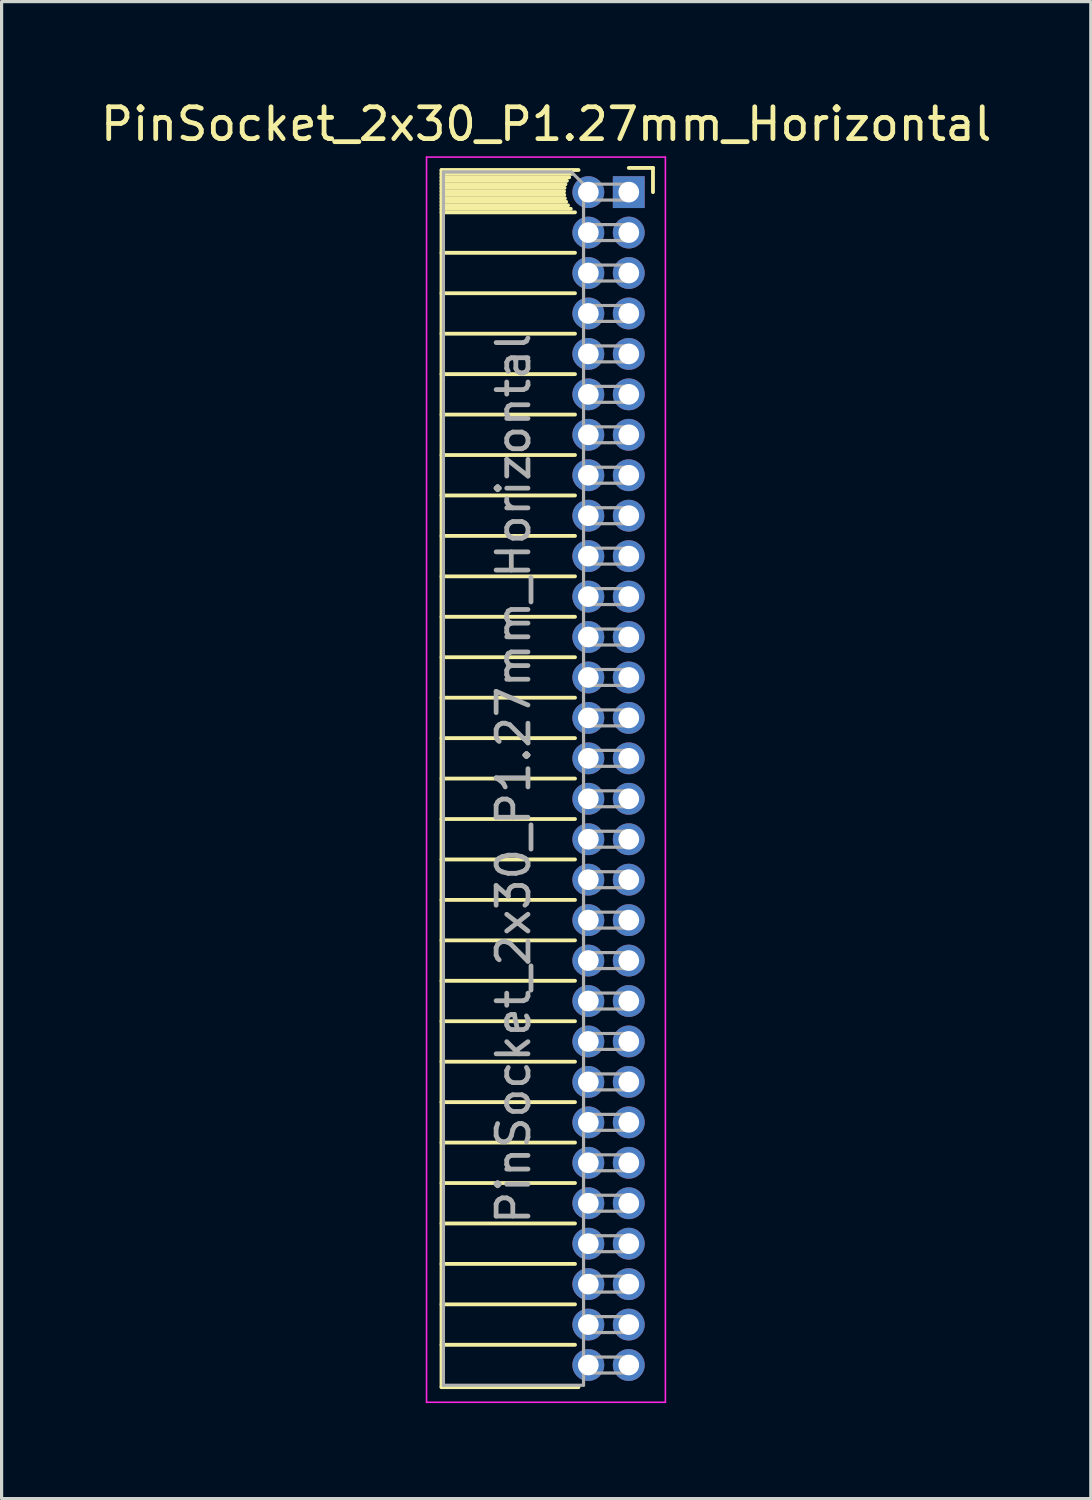
<source format=kicad_pcb>
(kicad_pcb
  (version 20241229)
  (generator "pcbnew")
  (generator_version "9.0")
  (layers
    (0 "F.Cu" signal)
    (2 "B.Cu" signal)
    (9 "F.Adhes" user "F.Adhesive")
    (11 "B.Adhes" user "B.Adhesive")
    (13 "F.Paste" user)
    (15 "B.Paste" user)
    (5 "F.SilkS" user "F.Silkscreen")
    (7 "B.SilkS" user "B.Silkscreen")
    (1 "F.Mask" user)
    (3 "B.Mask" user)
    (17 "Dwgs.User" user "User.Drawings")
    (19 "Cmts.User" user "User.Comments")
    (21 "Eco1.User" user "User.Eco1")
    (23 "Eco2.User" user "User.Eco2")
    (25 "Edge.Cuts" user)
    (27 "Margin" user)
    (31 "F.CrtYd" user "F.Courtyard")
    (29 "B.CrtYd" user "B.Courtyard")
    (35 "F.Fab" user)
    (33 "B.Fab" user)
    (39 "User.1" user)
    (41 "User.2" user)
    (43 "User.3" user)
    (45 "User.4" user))
  (footprint "PinSocket_2x30_P1.27mm_Horizontal"
    (layer "F.Cu")
    (at 16.694 2.983)
    (property "Reference" "PinSocket_2x30_P1.27mm_Horizontal" (at -2.592 -2.135 0) (layer "F.SilkS") (effects (font (size 1 1) (thickness 0.15))))
    (attr through_hole)
    (fp_line (start -5.88 -0.695) (end -5.88 37.525) (stroke (width 0.12) (type solid)) (layer "F.SilkS"))
    (fp_line (start -5.88 -0.695) (end -1.578 -0.695) (stroke (width 0.12) (type solid)) (layer "F.SilkS"))
    (fp_line (start -5.88 -0.575) (end -1.767 -0.575) (stroke (width 0.12) (type solid)) (layer "F.SilkS"))
    (fp_line (start -5.88 -0.465) (end -1.871 -0.465) (stroke (width 0.12) (type solid)) (layer "F.SilkS"))
    (fp_line (start -5.88 -0.355) (end -1.942 -0.355) (stroke (width 0.12) (type solid)) (layer "F.SilkS"))
    (fp_line (start -5.88 -0.245) (end -1.989 -0.245) (stroke (width 0.12) (type solid)) (layer "F.SilkS"))
    (fp_line (start -5.88 -0.135) (end -2.018 -0.135) (stroke (width 0.12) (type solid)) (layer "F.SilkS"))
    (fp_line (start -5.88 -0.025) (end -2.03 -0.025) (stroke (width 0.12) (type solid)) (layer "F.SilkS"))
    (fp_line (start -5.88 0.085) (end -2.025 0.085) (stroke (width 0.12) (type solid)) (layer "F.SilkS"))
    (fp_line (start -5.88 0.195) (end -2.005 0.195) (stroke (width 0.12) (type solid)) (layer "F.SilkS"))
    (fp_line (start -5.88 0.305) (end -1.966 0.305) (stroke (width 0.12) (type solid)) (layer "F.SilkS"))
    (fp_line (start -5.88 0.415) (end -1.907 0.415) (stroke (width 0.12) (type solid)) (layer "F.SilkS"))
    (fp_line (start -5.88 0.525) (end -1.82 0.525) (stroke (width 0.12) (type solid)) (layer "F.SilkS"))
    (fp_line (start -5.88 0.635) (end -1.688 0.635) (stroke (width 0.12) (type solid)) (layer "F.SilkS"))
    (fp_line (start -5.88 1.905) (end -1.688 1.905) (stroke (width 0.12) (type solid)) (layer "F.SilkS"))
    (fp_line (start -5.88 3.175) (end -1.688 3.175) (stroke (width 0.12) (type solid)) (layer "F.SilkS"))
    (fp_line (start -5.88 4.445) (end -1.688 4.445) (stroke (width 0.12) (type solid)) (layer "F.SilkS"))
    (fp_line (start -5.88 5.715) (end -1.688 5.715) (stroke (width 0.12) (type solid)) (layer "F.SilkS"))
    (fp_line (start -5.88 6.985) (end -1.688 6.985) (stroke (width 0.12) (type solid)) (layer "F.SilkS"))
    (fp_line (start -5.88 8.255) (end -1.688 8.255) (stroke (width 0.12) (type solid)) (layer "F.SilkS"))
    (fp_line (start -5.88 9.525) (end -1.688 9.525) (stroke (width 0.12) (type solid)) (layer "F.SilkS"))
    (fp_line (start -5.88 10.795) (end -1.688 10.795) (stroke (width 0.12) (type solid)) (layer "F.SilkS"))
    (fp_line (start -5.88 12.065) (end -1.688 12.065) (stroke (width 0.12) (type solid)) (layer "F.SilkS"))
    (fp_line (start -5.88 13.335) (end -1.688 13.335) (stroke (width 0.12) (type solid)) (layer "F.SilkS"))
    (fp_line (start -5.88 14.605) (end -1.688 14.605) (stroke (width 0.12) (type solid)) (layer "F.SilkS"))
    (fp_line (start -5.88 15.875) (end -1.688 15.875) (stroke (width 0.12) (type solid)) (layer "F.SilkS"))
    (fp_line (start -5.88 17.145) (end -1.688 17.145) (stroke (width 0.12) (type solid)) (layer "F.SilkS"))
    (fp_line (start -5.88 18.415) (end -1.688 18.415) (stroke (width 0.12) (type solid)) (layer "F.SilkS"))
    (fp_line (start -5.88 19.685) (end -1.688 19.685) (stroke (width 0.12) (type solid)) (layer "F.SilkS"))
    (fp_line (start -5.88 20.955) (end -1.688 20.955) (stroke (width 0.12) (type solid)) (layer "F.SilkS"))
    (fp_line (start -5.88 22.225) (end -1.688 22.225) (stroke (width 0.12) (type solid)) (layer "F.SilkS"))
    (fp_line (start -5.88 23.495) (end -1.688 23.495) (stroke (width 0.12) (type solid)) (layer "F.SilkS"))
    (fp_line (start -5.88 24.765) (end -1.688 24.765) (stroke (width 0.12) (type solid)) (layer "F.SilkS"))
    (fp_line (start -5.88 26.035) (end -1.688 26.035) (stroke (width 0.12) (type solid)) (layer "F.SilkS"))
    (fp_line (start -5.88 27.305) (end -1.688 27.305) (stroke (width 0.12) (type solid)) (layer "F.SilkS"))
    (fp_line (start -5.88 28.575) (end -1.688 28.575) (stroke (width 0.12) (type solid)) (layer "F.SilkS"))
    (fp_line (start -5.88 29.845) (end -1.688 29.845) (stroke (width 0.12) (type solid)) (layer "F.SilkS"))
    (fp_line (start -5.88 31.115) (end -1.688 31.115) (stroke (width 0.12) (type solid)) (layer "F.SilkS"))
    (fp_line (start -5.88 32.385) (end -1.688 32.385) (stroke (width 0.12) (type solid)) (layer "F.SilkS"))
    (fp_line (start -5.88 33.655) (end -1.688 33.655) (stroke (width 0.12) (type solid)) (layer "F.SilkS"))
    (fp_line (start -5.88 34.925) (end -1.688 34.925) (stroke (width 0.12) (type solid)) (layer "F.SilkS"))
    (fp_line (start -5.88 36.195) (end -1.688 36.195) (stroke (width 0.12) (type solid)) (layer "F.SilkS"))
    (fp_line (start -5.88 37.525) (end -1.578 37.525) (stroke (width 0.12) (type solid)) (layer "F.SilkS"))
    (fp_line (start 0 -0.76) (end 0.76 -0.76) (stroke (width 0.12) (type solid)) (layer "F.SilkS"))
    (fp_line (start 0.76 -0.76) (end 0.76 0) (stroke (width 0.12) (type solid)) (layer "F.SilkS"))
    (fp_line (start -6.35 -1.1) (end -6.35 38) (stroke (width 0.05) (type solid)) (layer "F.CrtYd"))
    (fp_line (start -6.35 38) (end 1.15 38) (stroke (width 0.05) (type solid)) (layer "F.CrtYd"))
    (fp_line (start 1.15 -1.1) (end -6.35 -1.1) (stroke (width 0.05) (type solid)) (layer "F.CrtYd"))
    (fp_line (start 1.15 38) (end 1.15 -1.1) (stroke (width 0.05) (type solid)) (layer "F.CrtYd"))
    (fp_line (start -5.82 -0.635) (end -1.805 -0.635) (stroke (width 0.1) (type solid)) (layer "F.Fab"))
    (fp_line (start -5.82 37.465) (end -5.82 -0.635) (stroke (width 0.1) (type solid)) (layer "F.Fab"))
    (fp_line (start -1.805 -0.635) (end -1.42 -0.25) (stroke (width 0.1) (type solid)) (layer "F.Fab"))
    (fp_line (start -1.42 -0.25) (end -1.42 37.465) (stroke (width 0.1) (type solid)) (layer "F.Fab"))
    (fp_line (start -1.42 0.25) (end 0 0.25) (stroke (width 0.1) (type solid)) (layer "F.Fab"))
    (fp_line (start -1.42 1.52) (end 0 1.52) (stroke (width 0.1) (type solid)) (layer "F.Fab"))
    (fp_line (start -1.42 2.79) (end 0 2.79) (stroke (width 0.1) (type solid)) (layer "F.Fab"))
    (fp_line (start -1.42 4.06) (end 0 4.06) (stroke (width 0.1) (type solid)) (layer "F.Fab"))
    (fp_line (start -1.42 5.33) (end 0 5.33) (stroke (width 0.1) (type solid)) (layer "F.Fab"))
    (fp_line (start -1.42 6.6) (end 0 6.6) (stroke (width 0.1) (type solid)) (layer "F.Fab"))
    (fp_line (start -1.42 7.87) (end 0 7.87) (stroke (width 0.1) (type solid)) (layer "F.Fab"))
    (fp_line (start -1.42 9.14) (end 0 9.14) (stroke (width 0.1) (type solid)) (layer "F.Fab"))
    (fp_line (start -1.42 10.41) (end 0 10.41) (stroke (width 0.1) (type solid)) (layer "F.Fab"))
    (fp_line (start -1.42 11.68) (end 0 11.68) (stroke (width 0.1) (type solid)) (layer "F.Fab"))
    (fp_line (start -1.42 12.95) (end 0 12.95) (stroke (width 0.1) (type solid)) (layer "F.Fab"))
    (fp_line (start -1.42 14.22) (end 0 14.22) (stroke (width 0.1) (type solid)) (layer "F.Fab"))
    (fp_line (start -1.42 15.49) (end 0 15.49) (stroke (width 0.1) (type solid)) (layer "F.Fab"))
    (fp_line (start -1.42 16.76) (end 0 16.76) (stroke (width 0.1) (type solid)) (layer "F.Fab"))
    (fp_line (start -1.42 18.03) (end 0 18.03) (stroke (width 0.1) (type solid)) (layer "F.Fab"))
    (fp_line (start -1.42 19.3) (end 0 19.3) (stroke (width 0.1) (type solid)) (layer "F.Fab"))
    (fp_line (start -1.42 20.57) (end 0 20.57) (stroke (width 0.1) (type solid)) (layer "F.Fab"))
    (fp_line (start -1.42 21.84) (end 0 21.84) (stroke (width 0.1) (type solid)) (layer "F.Fab"))
    (fp_line (start -1.42 23.11) (end 0 23.11) (stroke (width 0.1) (type solid)) (layer "F.Fab"))
    (fp_line (start -1.42 24.38) (end 0 24.38) (stroke (width 0.1) (type solid)) (layer "F.Fab"))
    (fp_line (start -1.42 25.65) (end 0 25.65) (stroke (width 0.1) (type solid)) (layer "F.Fab"))
    (fp_line (start -1.42 26.92) (end 0 26.92) (stroke (width 0.1) (type solid)) (layer "F.Fab"))
    (fp_line (start -1.42 28.19) (end 0 28.19) (stroke (width 0.1) (type solid)) (layer "F.Fab"))
    (fp_line (start -1.42 29.46) (end 0 29.46) (stroke (width 0.1) (type solid)) (layer "F.Fab"))
    (fp_line (start -1.42 30.73) (end 0 30.73) (stroke (width 0.1) (type solid)) (layer "F.Fab"))
    (fp_line (start -1.42 32) (end 0 32) (stroke (width 0.1) (type solid)) (layer "F.Fab"))
    (fp_line (start -1.42 33.27) (end 0 33.27) (stroke (width 0.1) (type solid)) (layer "F.Fab"))
    (fp_line (start -1.42 34.54) (end 0 34.54) (stroke (width 0.1) (type solid)) (layer "F.Fab"))
    (fp_line (start -1.42 35.81) (end 0 35.81) (stroke (width 0.1) (type solid)) (layer "F.Fab"))
    (fp_line (start -1.42 37.08) (end 0 37.08) (stroke (width 0.1) (type solid)) (layer "F.Fab"))
    (fp_line (start -1.42 37.465) (end -5.82 37.465) (stroke (width 0.1) (type solid)) (layer "F.Fab"))
    (fp_line (start 0 -0.25) (end -1.42 -0.25) (stroke (width 0.1) (type solid)) (layer "F.Fab"))
    (fp_line (start 0 0.25) (end 0 -0.25) (stroke (width 0.1) (type solid)) (layer "F.Fab"))
    (fp_line (start 0 1.02) (end -1.42 1.02) (stroke (width 0.1) (type solid)) (layer "F.Fab"))
    (fp_line (start 0 1.52) (end 0 1.02) (stroke (width 0.1) (type solid)) (layer "F.Fab"))
    (fp_line (start 0 2.29) (end -1.42 2.29) (stroke (width 0.1) (type solid)) (layer "F.Fab"))
    (fp_line (start 0 2.79) (end 0 2.29) (stroke (width 0.1) (type solid)) (layer "F.Fab"))
    (fp_line (start 0 3.56) (end -1.42 3.56) (stroke (width 0.1) (type solid)) (layer "F.Fab"))
    (fp_line (start 0 4.06) (end 0 3.56) (stroke (width 0.1) (type solid)) (layer "F.Fab"))
    (fp_line (start 0 4.83) (end -1.42 4.83) (stroke (width 0.1) (type solid)) (layer "F.Fab"))
    (fp_line (start 0 5.33) (end 0 4.83) (stroke (width 0.1) (type solid)) (layer "F.Fab"))
    (fp_line (start 0 6.1) (end -1.42 6.1) (stroke (width 0.1) (type solid)) (layer "F.Fab"))
    (fp_line (start 0 6.6) (end 0 6.1) (stroke (width 0.1) (type solid)) (layer "F.Fab"))
    (fp_line (start 0 7.37) (end -1.42 7.37) (stroke (width 0.1) (type solid)) (layer "F.Fab"))
    (fp_line (start 0 7.87) (end 0 7.37) (stroke (width 0.1) (type solid)) (layer "F.Fab"))
    (fp_line (start 0 8.64) (end -1.42 8.64) (stroke (width 0.1) (type solid)) (layer "F.Fab"))
    (fp_line (start 0 9.14) (end 0 8.64) (stroke (width 0.1) (type solid)) (layer "F.Fab"))
    (fp_line (start 0 9.91) (end -1.42 9.91) (stroke (width 0.1) (type solid)) (layer "F.Fab"))
    (fp_line (start 0 10.41) (end 0 9.91) (stroke (width 0.1) (type solid)) (layer "F.Fab"))
    (fp_line (start 0 11.18) (end -1.42 11.18) (stroke (width 0.1) (type solid)) (layer "F.Fab"))
    (fp_line (start 0 11.68) (end 0 11.18) (stroke (width 0.1) (type solid)) (layer "F.Fab"))
    (fp_line (start 0 12.45) (end -1.42 12.45) (stroke (width 0.1) (type solid)) (layer "F.Fab"))
    (fp_line (start 0 12.95) (end 0 12.45) (stroke (width 0.1) (type solid)) (layer "F.Fab"))
    (fp_line (start 0 13.72) (end -1.42 13.72) (stroke (width 0.1) (type solid)) (layer "F.Fab"))
    (fp_line (start 0 14.22) (end 0 13.72) (stroke (width 0.1) (type solid)) (layer "F.Fab"))
    (fp_line (start 0 14.99) (end -1.42 14.99) (stroke (width 0.1) (type solid)) (layer "F.Fab"))
    (fp_line (start 0 15.49) (end 0 14.99) (stroke (width 0.1) (type solid)) (layer "F.Fab"))
    (fp_line (start 0 16.26) (end -1.42 16.26) (stroke (width 0.1) (type solid)) (layer "F.Fab"))
    (fp_line (start 0 16.76) (end 0 16.26) (stroke (width 0.1) (type solid)) (layer "F.Fab"))
    (fp_line (start 0 17.53) (end -1.42 17.53) (stroke (width 0.1) (type solid)) (layer "F.Fab"))
    (fp_line (start 0 18.03) (end 0 17.53) (stroke (width 0.1) (type solid)) (layer "F.Fab"))
    (fp_line (start 0 18.8) (end -1.42 18.8) (stroke (width 0.1) (type solid)) (layer "F.Fab"))
    (fp_line (start 0 19.3) (end 0 18.8) (stroke (width 0.1) (type solid)) (layer "F.Fab"))
    (fp_line (start 0 20.07) (end -1.42 20.07) (stroke (width 0.1) (type solid)) (layer "F.Fab"))
    (fp_line (start 0 20.57) (end 0 20.07) (stroke (width 0.1) (type solid)) (layer "F.Fab"))
    (fp_line (start 0 21.34) (end -1.42 21.34) (stroke (width 0.1) (type solid)) (layer "F.Fab"))
    (fp_line (start 0 21.84) (end 0 21.34) (stroke (width 0.1) (type solid)) (layer "F.Fab"))
    (fp_line (start 0 22.61) (end -1.42 22.61) (stroke (width 0.1) (type solid)) (layer "F.Fab"))
    (fp_line (start 0 23.11) (end 0 22.61) (stroke (width 0.1) (type solid)) (layer "F.Fab"))
    (fp_line (start 0 23.88) (end -1.42 23.88) (stroke (width 0.1) (type solid)) (layer "F.Fab"))
    (fp_line (start 0 24.38) (end 0 23.88) (stroke (width 0.1) (type solid)) (layer "F.Fab"))
    (fp_line (start 0 25.15) (end -1.42 25.15) (stroke (width 0.1) (type solid)) (layer "F.Fab"))
    (fp_line (start 0 25.65) (end 0 25.15) (stroke (width 0.1) (type solid)) (layer "F.Fab"))
    (fp_line (start 0 26.42) (end -1.42 26.42) (stroke (width 0.1) (type solid)) (layer "F.Fab"))
    (fp_line (start 0 26.92) (end 0 26.42) (stroke (width 0.1) (type solid)) (layer "F.Fab"))
    (fp_line (start 0 27.69) (end -1.42 27.69) (stroke (width 0.1) (type solid)) (layer "F.Fab"))
    (fp_line (start 0 28.19) (end 0 27.69) (stroke (width 0.1) (type solid)) (layer "F.Fab"))
    (fp_line (start 0 28.96) (end -1.42 28.96) (stroke (width 0.1) (type solid)) (layer "F.Fab"))
    (fp_line (start 0 29.46) (end 0 28.96) (stroke (width 0.1) (type solid)) (layer "F.Fab"))
    (fp_line (start 0 30.23) (end -1.42 30.23) (stroke (width 0.1) (type solid)) (layer "F.Fab"))
    (fp_line (start 0 30.73) (end 0 30.23) (stroke (width 0.1) (type solid)) (layer "F.Fab"))
    (fp_line (start 0 31.5) (end -1.42 31.5) (stroke (width 0.1) (type solid)) (layer "F.Fab"))
    (fp_line (start 0 32) (end 0 31.5) (stroke (width 0.1) (type solid)) (layer "F.Fab"))
    (fp_line (start 0 32.77) (end -1.42 32.77) (stroke (width 0.1) (type solid)) (layer "F.Fab"))
    (fp_line (start 0 33.27) (end 0 32.77) (stroke (width 0.1) (type solid)) (layer "F.Fab"))
    (fp_line (start 0 34.04) (end -1.42 34.04) (stroke (width 0.1) (type solid)) (layer "F.Fab"))
    (fp_line (start 0 34.54) (end 0 34.04) (stroke (width 0.1) (type solid)) (layer "F.Fab"))
    (fp_line (start 0 35.31) (end -1.42 35.31) (stroke (width 0.1) (type solid)) (layer "F.Fab"))
    (fp_line (start 0 35.81) (end 0 35.31) (stroke (width 0.1) (type solid)) (layer "F.Fab"))
    (fp_line (start 0 36.58) (end -1.42 36.58) (stroke (width 0.1) (type solid)) (layer "F.Fab"))
    (fp_line (start 0 37.08) (end 0 36.58) (stroke (width 0.1) (type solid)) (layer "F.Fab"))
    (fp_text user "${REFERENCE}" (at -3.62 18.415 90) (layer "F.Fab") (effects (font (size 1 1) (thickness 0.15))))
    (pad "1" thru_hole rect (at 0 0) (size 1 1) (drill 0.65) (layers "*.Cu" "*.Mask"))
    (pad "2" thru_hole oval (at -1.27 0) (size 1 1) (drill 0.65) (layers "*.Cu" "*.Mask"))
    (pad "3" thru_hole oval (at 0 1.27) (size 1 1) (drill 0.65) (layers "*.Cu" "*.Mask"))
    (pad "4" thru_hole oval (at -1.27 1.27) (size 1 1) (drill 0.65) (layers "*.Cu" "*.Mask"))
    (pad "5" thru_hole oval (at 0 2.54) (size 1 1) (drill 0.65) (layers "*.Cu" "*.Mask"))
    (pad "6" thru_hole oval (at -1.27 2.54) (size 1 1) (drill 0.65) (layers "*.Cu" "*.Mask"))
    (pad "7" thru_hole oval (at 0 3.81) (size 1 1) (drill 0.65) (layers "*.Cu" "*.Mask"))
    (pad "8" thru_hole oval (at -1.27 3.81) (size 1 1) (drill 0.65) (layers "*.Cu" "*.Mask"))
    (pad "9" thru_hole oval (at 0 5.08) (size 1 1) (drill 0.65) (layers "*.Cu" "*.Mask"))
    (pad "10" thru_hole oval (at -1.27 5.08) (size 1 1) (drill 0.65) (layers "*.Cu" "*.Mask"))
    (pad "11" thru_hole oval (at 0 6.35) (size 1 1) (drill 0.65) (layers "*.Cu" "*.Mask"))
    (pad "12" thru_hole oval (at -1.27 6.35) (size 1 1) (drill 0.65) (layers "*.Cu" "*.Mask"))
    (pad "13" thru_hole oval (at 0 7.62) (size 1 1) (drill 0.65) (layers "*.Cu" "*.Mask"))
    (pad "14" thru_hole oval (at -1.27 7.62) (size 1 1) (drill 0.65) (layers "*.Cu" "*.Mask"))
    (pad "15" thru_hole oval (at 0 8.89) (size 1 1) (drill 0.65) (layers "*.Cu" "*.Mask"))
    (pad "16" thru_hole oval (at -1.27 8.89) (size 1 1) (drill 0.65) (layers "*.Cu" "*.Mask"))
    (pad "17" thru_hole oval (at 0 10.16) (size 1 1) (drill 0.65) (layers "*.Cu" "*.Mask"))
    (pad "18" thru_hole oval (at -1.27 10.16) (size 1 1) (drill 0.65) (layers "*.Cu" "*.Mask"))
    (pad "19" thru_hole oval (at 0 11.43) (size 1 1) (drill 0.65) (layers "*.Cu" "*.Mask"))
    (pad "20" thru_hole oval (at -1.27 11.43) (size 1 1) (drill 0.65) (layers "*.Cu" "*.Mask"))
    (pad "21" thru_hole oval (at 0 12.7) (size 1 1) (drill 0.65) (layers "*.Cu" "*.Mask"))
    (pad "22" thru_hole oval (at -1.27 12.7) (size 1 1) (drill 0.65) (layers "*.Cu" "*.Mask"))
    (pad "23" thru_hole oval (at 0 13.97) (size 1 1) (drill 0.65) (layers "*.Cu" "*.Mask"))
    (pad "24" thru_hole oval (at -1.27 13.97) (size 1 1) (drill 0.65) (layers "*.Cu" "*.Mask"))
    (pad "25" thru_hole oval (at 0 15.24) (size 1 1) (drill 0.65) (layers "*.Cu" "*.Mask"))
    (pad "26" thru_hole oval (at -1.27 15.24) (size 1 1) (drill 0.65) (layers "*.Cu" "*.Mask"))
    (pad "27" thru_hole oval (at 0 16.51) (size 1 1) (drill 0.65) (layers "*.Cu" "*.Mask"))
    (pad "28" thru_hole oval (at -1.27 16.51) (size 1 1) (drill 0.65) (layers "*.Cu" "*.Mask"))
    (pad "29" thru_hole oval (at 0 17.78) (size 1 1) (drill 0.65) (layers "*.Cu" "*.Mask"))
    (pad "30" thru_hole oval (at -1.27 17.78) (size 1 1) (drill 0.65) (layers "*.Cu" "*.Mask"))
    (pad "31" thru_hole oval (at 0 19.05) (size 1 1) (drill 0.65) (layers "*.Cu" "*.Mask"))
    (pad "32" thru_hole oval (at -1.27 19.05) (size 1 1) (drill 0.65) (layers "*.Cu" "*.Mask"))
    (pad "33" thru_hole oval (at 0 20.32) (size 1 1) (drill 0.65) (layers "*.Cu" "*.Mask"))
    (pad "34" thru_hole oval (at -1.27 20.32) (size 1 1) (drill 0.65) (layers "*.Cu" "*.Mask"))
    (pad "35" thru_hole oval (at 0 21.59) (size 1 1) (drill 0.65) (layers "*.Cu" "*.Mask"))
    (pad "36" thru_hole oval (at -1.27 21.59) (size 1 1) (drill 0.65) (layers "*.Cu" "*.Mask"))
    (pad "37" thru_hole oval (at 0 22.86) (size 1 1) (drill 0.65) (layers "*.Cu" "*.Mask"))
    (pad "38" thru_hole oval (at -1.27 22.86) (size 1 1) (drill 0.65) (layers "*.Cu" "*.Mask"))
    (pad "39" thru_hole oval (at 0 24.13) (size 1 1) (drill 0.65) (layers "*.Cu" "*.Mask"))
    (pad "40" thru_hole oval (at -1.27 24.13) (size 1 1) (drill 0.65) (layers "*.Cu" "*.Mask"))
    (pad "41" thru_hole oval (at 0 25.4) (size 1 1) (drill 0.65) (layers "*.Cu" "*.Mask"))
    (pad "42" thru_hole oval (at -1.27 25.4) (size 1 1) (drill 0.65) (layers "*.Cu" "*.Mask"))
    (pad "43" thru_hole oval (at 0 26.67) (size 1 1) (drill 0.65) (layers "*.Cu" "*.Mask"))
    (pad "44" thru_hole oval (at -1.27 26.67) (size 1 1) (drill 0.65) (layers "*.Cu" "*.Mask"))
    (pad "45" thru_hole oval (at 0 27.94) (size 1 1) (drill 0.65) (layers "*.Cu" "*.Mask"))
    (pad "46" thru_hole oval (at -1.27 27.94) (size 1 1) (drill 0.65) (layers "*.Cu" "*.Mask"))
    (pad "47" thru_hole oval (at 0 29.21) (size 1 1) (drill 0.65) (layers "*.Cu" "*.Mask"))
    (pad "48" thru_hole oval (at -1.27 29.21) (size 1 1) (drill 0.65) (layers "*.Cu" "*.Mask"))
    (pad "49" thru_hole oval (at 0 30.48) (size 1 1) (drill 0.65) (layers "*.Cu" "*.Mask"))
    (pad "50" thru_hole oval (at -1.27 30.48) (size 1 1) (drill 0.65) (layers "*.Cu" "*.Mask"))
    (pad "51" thru_hole oval (at 0 31.75) (size 1 1) (drill 0.65) (layers "*.Cu" "*.Mask"))
    (pad "52" thru_hole oval (at -1.27 31.75) (size 1 1) (drill 0.65) (layers "*.Cu" "*.Mask"))
    (pad "53" thru_hole oval (at 0 33.02) (size 1 1) (drill 0.65) (layers "*.Cu" "*.Mask"))
    (pad "54" thru_hole oval (at -1.27 33.02) (size 1 1) (drill 0.65) (layers "*.Cu" "*.Mask"))
    (pad "55" thru_hole oval (at 0 34.29) (size 1 1) (drill 0.65) (layers "*.Cu" "*.Mask"))
    (pad "56" thru_hole oval (at -1.27 34.29) (size 1 1) (drill 0.65) (layers "*.Cu" "*.Mask"))
    (pad "57" thru_hole oval (at 0 35.56) (size 1 1) (drill 0.65) (layers "*.Cu" "*.Mask"))
    (pad "58" thru_hole oval (at -1.27 35.56) (size 1 1) (drill 0.65) (layers "*.Cu" "*.Mask"))
    (pad "59" thru_hole oval (at 0 36.83) (size 1 1) (drill 0.65) (layers "*.Cu" "*.Mask"))
    (pad "60" thru_hole oval (at -1.27 36.83) (size 1 1) (drill 0.65) (layers "*.Cu" "*.Mask")))
  (gr_rect
    (start -3 -3)
    (end 31.202 44.008)
    (stroke (width 0.1) (type default))
    (fill no)
    (layer "Edge.Cuts")))
</source>
